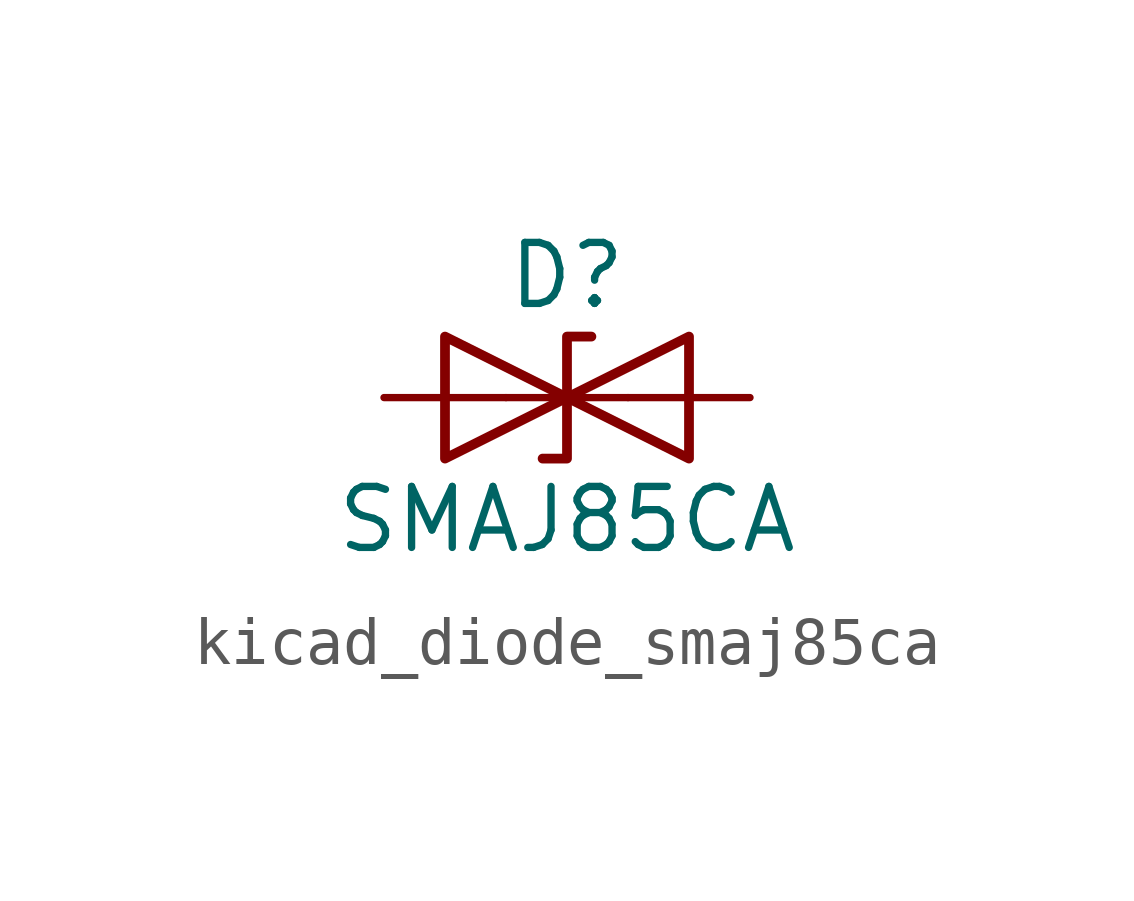
<source format=kicad_sym>
(kicad_symbol_lib
  (version 20220914)
  (generator kicad_symbol_editor)
  (symbol "kicad_diode_smaj85ca"
    (pin_numbers hide)
    (pin_names
      (offset 1.016) hide)
    (property "Reference" "D"
      (at 0 2.54 0)
      (effects (font (size 1.27 1.27))))
    (property "Value" "SMAJ85CA"
      (at 0 -2.54 0)
      (effects (font (size 1.27 1.27))))
    (symbol "kicad_diode_smaj85ca_0_1"
      (polyline (pts (xy 1.27 0) (xy -1.27 0)) (stroke (width 0) (type default)) (fill (type none)))
      (polyline (pts (xy -2.54 -1.27) (xy 0 0) (xy -2.54 1.27) (xy -2.54 -1.27)) (stroke (width 0.203) (type default)) (fill (type none)))
      (polyline (pts (xy 0.508 1.27) (xy 0 1.27) (xy 0 -1.27) (xy -0.508 -1.27)) (stroke (width 0.203) (type default)) (fill (type none)))
      (polyline (pts (xy 2.54 1.27) (xy 2.54 -1.27) (xy 0 0) (xy 2.54 1.27)) (stroke (width 0.203) (type default)) (fill (type none))))
    (symbol "kicad_diode_smaj85ca_1_1"
      (pin passive line (at -3.81 0 0) (length 2.54) (name "A1" (effects (font (size 1.27 1.27)))) (number "1" (effects (font (size 1.27 1.27)))))
      (pin passive line (at 3.81 0 180) (length 2.54) (name "A2" (effects (font (size 1.27 1.27)))) (number "2" (effects (font (size 1.27 1.27))))))))
</source>
